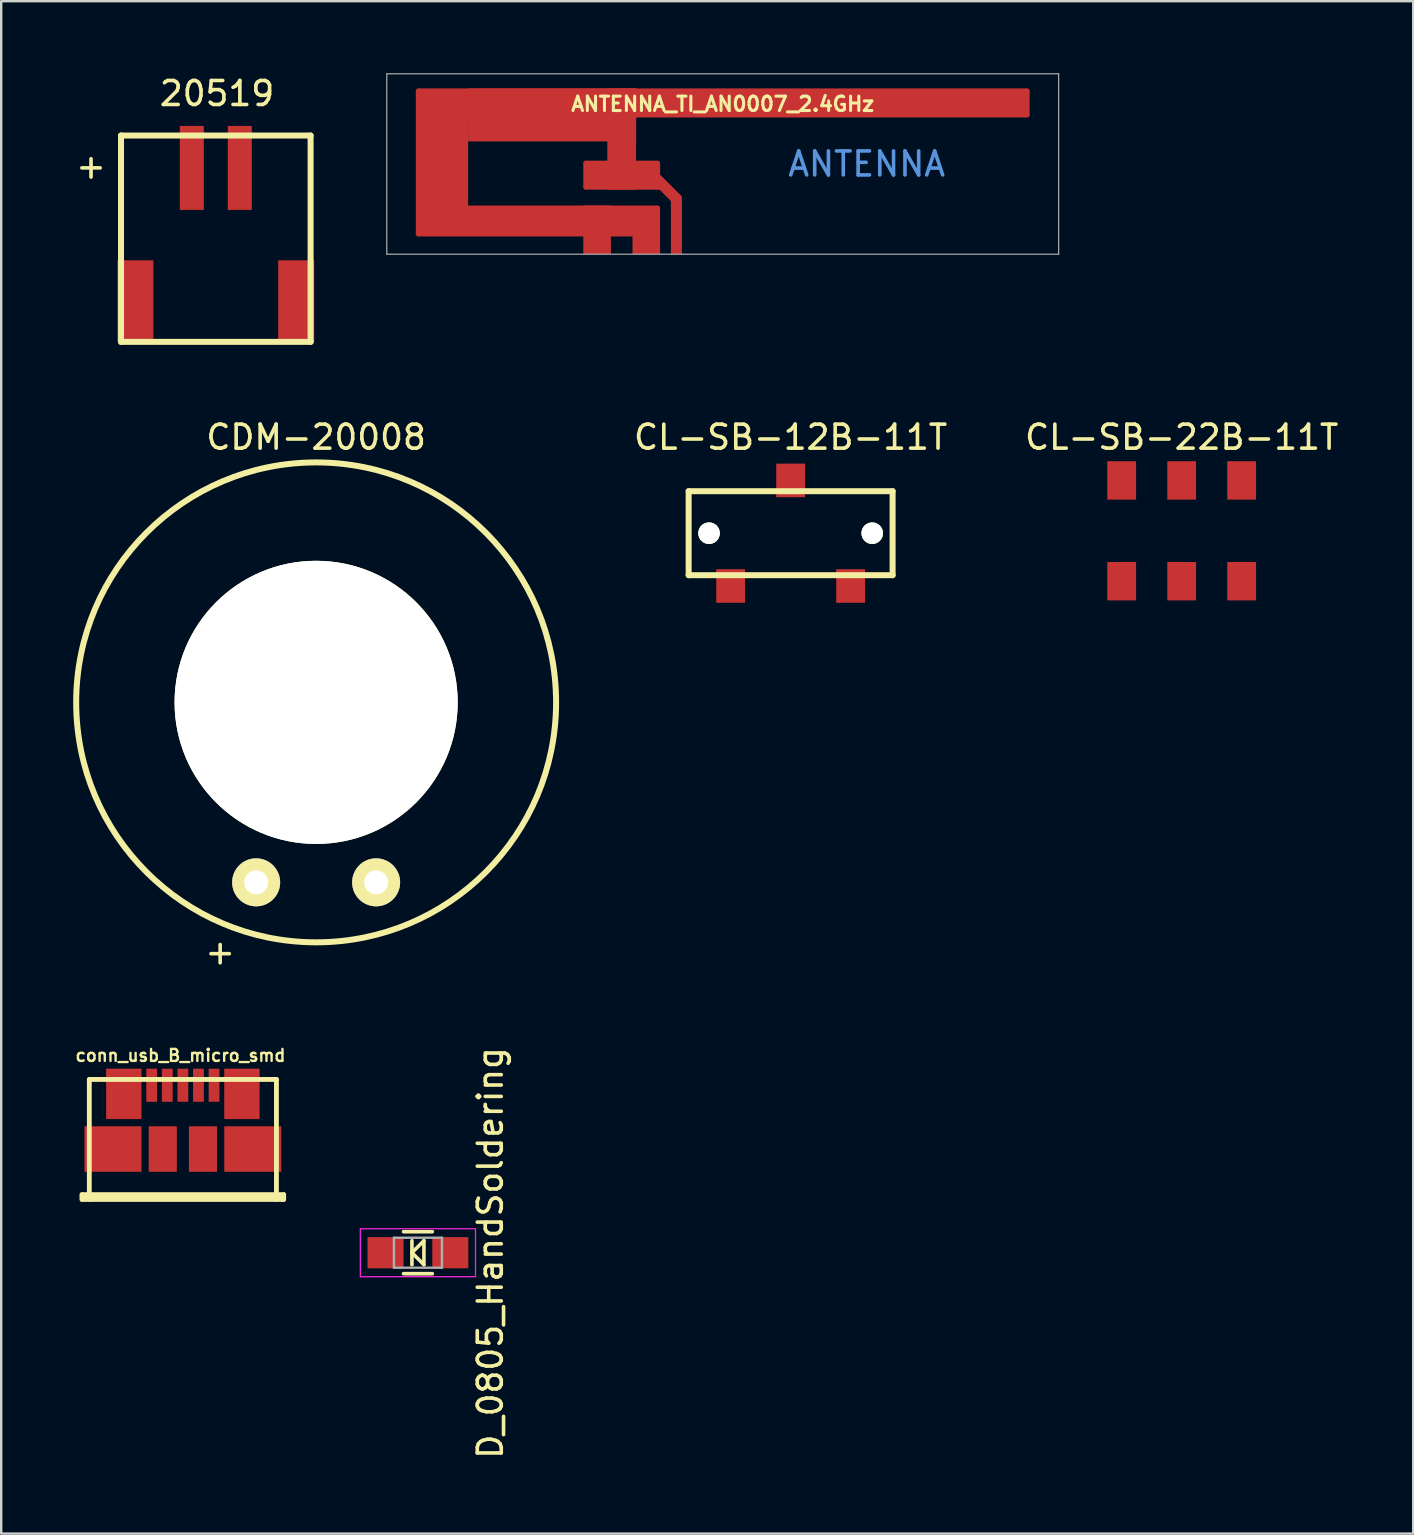
<source format=kicad_pcb>
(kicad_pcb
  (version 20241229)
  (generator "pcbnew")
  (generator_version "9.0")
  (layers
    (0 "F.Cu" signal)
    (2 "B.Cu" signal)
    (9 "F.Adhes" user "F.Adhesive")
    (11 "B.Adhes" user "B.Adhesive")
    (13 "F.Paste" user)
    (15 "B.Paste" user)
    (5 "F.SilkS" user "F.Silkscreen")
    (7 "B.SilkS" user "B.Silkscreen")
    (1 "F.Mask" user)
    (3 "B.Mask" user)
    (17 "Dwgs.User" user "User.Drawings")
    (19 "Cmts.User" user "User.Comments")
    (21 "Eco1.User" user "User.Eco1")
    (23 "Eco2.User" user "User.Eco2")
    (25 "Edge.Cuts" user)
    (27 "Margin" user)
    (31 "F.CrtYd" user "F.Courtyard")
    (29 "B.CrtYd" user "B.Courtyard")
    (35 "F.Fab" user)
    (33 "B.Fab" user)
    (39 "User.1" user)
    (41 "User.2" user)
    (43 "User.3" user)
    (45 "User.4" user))
  (footprint "D_0805_HandSoldering"
    (layer "F.Cu")
    (at 14.367 49.156)
    (property "Reference" "D_0805_HandSoldering" (at 3.018 0.01 90) (layer "F.SilkS") (effects (font (size 1 1) (thickness 0.15))))
    (attr smd)
    (fp_line (start -0.6 -0.875) (end 0.6 -0.875) (stroke (width 0.15) (type solid)) (layer "F.SilkS"))
    (fp_line (start -0.25 -0.5) (end -0.25 0.5) (stroke (width 0.15) (type solid)) (layer "F.SilkS"))
    (fp_line (start -0.25 0) (end 0.25 -0.5) (stroke (width 0.15) (type solid)) (layer "F.SilkS"))
    (fp_line (start 0.25 -0.5) (end 0.25 0.5) (stroke (width 0.15) (type solid)) (layer "F.SilkS"))
    (fp_line (start 0.25 0.5) (end -0.25 0) (stroke (width 0.15) (type solid)) (layer "F.SilkS"))
    (fp_line (start 0.6 0.875) (end -0.6 0.875) (stroke (width 0.15) (type solid)) (layer "F.SilkS"))
    (fp_line (start -2.4 -1) (end -2.4 1) (stroke (width 0.05) (type solid)) (layer "F.CrtYd"))
    (fp_line (start -2.4 -1) (end 2.4 -1) (stroke (width 0.05) (type solid)) (layer "F.CrtYd"))
    (fp_line (start -2.4 1) (end 2.4 1) (stroke (width 0.05) (type solid)) (layer "F.CrtYd"))
    (fp_line (start 2.4 -1) (end 2.4 1) (stroke (width 0.05) (type solid)) (layer "F.CrtYd"))
    (fp_line (start -1 -0.625) (end 1 -0.625) (stroke (width 0.1) (type solid)) (layer "F.Fab"))
    (fp_line (start -1 0.625) (end -1 -0.625) (stroke (width 0.1) (type solid)) (layer "F.Fab"))
    (fp_line (start 1 -0.625) (end 1 0.625) (stroke (width 0.1) (type solid)) (layer "F.Fab"))
    (fp_line (start 1 0.625) (end -1 0.625) (stroke (width 0.1) (type solid)) (layer "F.Fab"))
    (pad "1" smd rect (at -1.35 0) (size 1.5 1.3) (layers "F.Cu" "F.Mask" "F.Paste"))
    (pad "2" smd rect (at 1.35 0) (size 1.5 1.3) (layers "F.Cu" "F.Mask" "F.Paste")))
  (footprint "20519"
    (layer "F.Cu")
    (at 4.944 3.948)
    (property "Reference" "20519" (at 1.05 -3.1 0) (layer "F.SilkS") (effects (font (size 1 1) (thickness 0.15))))
    (attr through_hole)
    (fp_line (start -2.95 -1.35) (end 4.95 -1.35) (stroke (width 0.25) (type solid)) (layer "F.SilkS"))
    (fp_line (start -2.95 7.25) (end -2.95 -1.35) (stroke (width 0.25) (type solid)) (layer "F.SilkS"))
    (fp_line (start 4.95 -1.35) (end 4.95 7.25) (stroke (width 0.25) (type solid)) (layer "F.SilkS"))
    (fp_line (start 4.95 7.25) (end -2.95 7.25) (stroke (width 0.25) (type solid)) (layer "F.SilkS"))
    (fp_text user "+" (at -4.2 -0.075 0) (layer "F.SilkS") (effects (font (size 1 1) (thickness 0.15))))
    (pad "1" smd rect (at -2.35 5.55) (size 1.5 3.4) (layers "F.Cu" "F.Mask" "F.Paste"))
    (pad "1" smd rect (at 0 0) (size 1 3.5) (layers "F.Cu" "F.Mask" "F.Paste"))
    (pad "1" smd rect (at 4.35 5.55) (size 1.5 3.4) (layers "F.Cu" "F.Mask" "F.Paste"))
    (pad "2" smd rect (at 2 0) (size 1 3.5) (layers "F.Cu" "F.Mask" "F.Paste")))
  (footprint "CL-SB-22B-11T"
    (layer "F.Cu")
    (at 43.696 16.971)
    (property "Reference" "CL-SB-22B-11T" (at 2.5 -1.8 0) (layer "F.SilkS") (effects (font (size 1 1) (thickness 0.15))))
    (attr through_hole)
    (pad "1" smd rect (at 0 4.2) (size 1.2 1.6) (layers "F.Cu" "F.Mask" "F.Paste"))
    (pad "2" smd rect (at 2.5 4.2) (size 1.2 1.6) (layers "F.Cu" "F.Mask" "F.Paste"))
    (pad "3" smd rect (at 5 4.2) (size 1.2 1.6) (layers "F.Cu" "F.Mask" "F.Paste"))
    (pad "4" smd rect (at 0 0) (size 1.2 1.6) (layers "F.Cu" "F.Mask" "F.Paste"))
    (pad "5" smd rect (at 2.5 0) (size 1.2 1.6) (layers "F.Cu" "F.Mask" "F.Paste"))
    (pad "6" smd rect (at 5 0) (size 1.2 1.6) (layers "F.Cu" "F.Mask" "F.Paste")))
  (footprint "CL-SB-12B-11T"
    (layer "F.Cu")
    (at 29.899 16.971)
    (property "Reference" "CL-SB-12B-11T" (at 0 -1.8 0) (layer "F.SilkS") (effects (font (size 1 1) (thickness 0.15))))
    (attr through_hole)
    (fp_line (start -4.25 0.45) (end 4.25 0.45) (stroke (width 0.25) (type solid)) (layer "F.SilkS"))
    (fp_line (start -4.25 3.95) (end -4.25 0.45) (stroke (width 0.25) (type solid)) (layer "F.SilkS"))
    (fp_line (start 4.25 0.45) (end 4.25 3.95) (stroke (width 0.25) (type solid)) (layer "F.SilkS"))
    (fp_line (start 4.25 3.95) (end -4.25 3.95) (stroke (width 0.25) (type solid)) (layer "F.SilkS"))
    (pad "" np_thru_hole circle (at -3.4 2.2) (size 0.9 0.9) (drill 0.9) (layers "*.Cu" "*.Mask" "F.SilkS"))
    (pad "" np_thru_hole circle (at 3.4 2.2) (size 0.9 0.9) (drill 0.9) (layers "*.Cu" "*.Mask" "F.SilkS"))
    (pad "1" smd rect (at -2.5 4.4) (size 1.2 1.4) (layers "F.Cu" "F.Mask" "F.Paste"))
    (pad "2" smd rect (at 0 0) (size 1.2 1.4) (layers "F.Cu" "F.Mask" "F.Paste"))
    (pad "3" smd rect (at 2.5 4.4) (size 1.2 1.4) (layers "F.Cu" "F.Mask" "F.Paste")))
  (footprint "conn_usb_B_micro_smd"
    (layer "F.Cu")
    (at 4.571 44.836)
    (property "Reference" "conn_usb_B_micro_smd" (at -0.1 -3.9 0) (layer "F.SilkS") (effects (font (size 0.5 0.5) (thickness 0.099))))
    (attr through_hole)
    (fp_line (start -4.201 1.9) (end -4.201 2.101) (stroke (width 0.201) (type solid)) (layer "F.SilkS"))
    (fp_line (start -4.201 1.999) (end 4.201 1.999) (stroke (width 0.201) (type solid)) (layer "F.SilkS"))
    (fp_line (start -4.201 2.101) (end 4.201 2.101) (stroke (width 0.201) (type solid)) (layer "F.SilkS"))
    (fp_line (start -3.899 -2.901) (end 3.899 -2.901) (stroke (width 0.201) (type solid)) (layer "F.SilkS"))
    (fp_line (start -3.899 2.101) (end -3.899 -2.901) (stroke (width 0.201) (type solid)) (layer "F.SilkS"))
    (fp_line (start 3.899 -2.901) (end 3.899 2.101) (stroke (width 0.201) (type solid)) (layer "F.SilkS"))
    (fp_line (start 4.201 1.9) (end -4.201 1.9) (stroke (width 0.201) (type solid)) (layer "F.SilkS"))
    (fp_line (start 4.201 2.101) (end 4.201 1.9) (stroke (width 0.201) (type solid)) (layer "F.SilkS"))
    (pad "" smd rect (at -0.838 0) (size 1.173 1.897) (layers "F.Cu" "F.Mask" "F.Paste"))
    (pad "" smd rect (at 0.838 0) (size 1.173 1.897) (layers "F.Cu" "F.Mask" "F.Paste"))
    (pad "1" smd rect (at -1.3 -2.659) (size 0.45 1.379) (layers "F.Cu" "F.Mask" "F.Paste"))
    (pad "2" smd rect (at -0.65 -2.659) (size 0.45 1.379) (layers "F.Cu" "F.Mask" "F.Paste"))
    (pad "3" smd rect (at 0 -2.659) (size 0.45 1.379) (layers "F.Cu" "F.Mask" "F.Paste"))
    (pad "4" smd rect (at 0.65 -2.659) (size 0.45 1.379) (layers "F.Cu" "F.Mask" "F.Paste"))
    (pad "5" smd rect (at 1.3 -2.659) (size 0.45 1.379) (layers "F.Cu" "F.Mask" "F.Paste"))
    (pad "6" smd rect (at -2.913 0) (size 2.375 1.897) (layers "F.Cu" "F.Mask" "F.Paste"))
    (pad "6" smd rect (at -2.461 -2.299) (size 1.473 2.101) (layers "F.Cu" "F.Mask" "F.Paste"))
    (pad "6" smd rect (at 2.461 -2.299) (size 1.473 2.101) (layers "F.Cu" "F.Mask" "F.Paste"))
    (pad "6" smd rect (at 2.913 0) (size 2.375 1.897) (layers "F.Cu" "F.Mask" "F.Paste")))
  (footprint "ANTENNA_TI_AN0007_2.4GHz"
    (layer "F.Cu")
    (at 27.069 3.785)
    (property "Reference" "ANTENNA_TI_AN0007_2.4GHz" (at 0 -2.5 0) (layer "F.SilkS") (effects (font (size 0.6 0.6) (thickness 0.127))))
    (attr exclude_from_pos_files exclude_from_bom)
    (fp_line (start -14 -3.76) (end -14 3.76) (stroke (width 0.05) (type solid)) (layer "F.Fab"))
    (fp_line (start -14 3.76) (end 14 3.76) (stroke (width 0.05) (type solid)) (layer "F.Fab"))
    (fp_line (start 14 -3.76) (end -14 -3.76) (stroke (width 0.05) (type solid)) (layer "F.Fab"))
    (fp_line (start 14 -3.76) (end 14 3.76) (stroke (width 0.05) (type solid)) (layer "F.Fab"))
    (fp_text user "ANTENNA" (at 6 0 0) (layer "Cmts.User") (effects (font (size 1 1) (thickness 0.15))))
    (pad "1" connect circle (at -12.69 -3.05 45) (size 0.2 0.2) (layers "F.Cu" "F.Mask"))
    (pad "1" connect circle (at -12.69 2.92 45) (size 0.2 0.2) (layers "F.Cu" "F.Mask"))
    (pad "1" connect rect (at -7.11 -2.045) (size 7 2.21) (layers "F.Cu" "F.Mask"))
    (pad "1" connect circle (at -5.71 -0.04 45) (size 0.2 0.2) (layers "F.Cu" "F.Mask"))
    (pad "1" connect circle (at -5.71 0.97 45) (size 0.2 0.2) (layers "F.Cu" "F.Mask"))
    (pad "1" connect rect (at -4.21 -1.04) (size 1.2 4.22) (layers "F.Cu" "F.Mask"))
    (pad "1" connect rect (at -4.21 0.465) (size 3 1.21) (layers "F.Cu" "F.Mask"))
    (pad "1" connect rect (at -4.21 0.465) (size 3.2 1.01) (layers "F.Cu" "F.Mask"))
    (pad "1" connect circle (at -2.71 -0.04 45) (size 0.2 0.2) (layers "F.Cu" "F.Mask"))
    (pad "1" connect rect (at -2.71 0.97) (size 0.2 0.2) (layers "F.Cu" "F.Mask"))
    (pad "1" connect circle (at -2.71 1.83 45) (size 0.2 0.2) (layers "F.Cu" "F.Mask"))
    (pad "1" connect rect (at -2.332 1.046 45) (size 0.46 1.246) (layers "F.Cu" "F.Mask"))
    (pad "1" connect rect (at -1.93 2.577) (size 0.46 2.366) (layers "F.Cu" "F.Mask"))
    (pad "1" connect circle (at -1.8 1.394 45) (size 0.2 0.2) (layers "F.Cu" "F.Mask"))
    (pad "1" connect rect (at 0 -2.545) (size 25.38 1.21) (layers "F.Cu" "F.Mask"))
    (pad "1" connect rect (at 12 -2.545) (size 1.58 1.01) (layers "F.Cu" "F.Mask"))
    (pad "1" connect circle (at 12.69 -3.05 45) (size 0.2 0.2) (layers "F.Cu" "F.Mask"))
    (pad "1" connect circle (at 12.69 -2.04 45) (size 0.2 0.2) (layers "F.Cu" "F.Mask"))
    (pad "2" connect rect (at -11.7 -0.065) (size 2.18 5.97) (layers "F.Cu" "F.Mask"))
    (pad "2" connect rect (at -7.7 2.375) (size 9.98 1.29) (layers "F.Cu" "F.Mask"))
    (pad "2" connect rect (at -5.235 2.745) (size 1.15 2.03) (layers "F.Cu" "F.Mask"))
    (pad "2" connect rect (at -3.185 2.795) (size 1.15 1.93) (layers "F.Cu" "F.Mask")))
  (footprint "CDM-20008"
    (layer "F.Cu")
    (at 10.125 26.221)
    (property "Reference" "CDM-20008" (at 0 -11.05 0) (layer "F.SilkS") (effects (font (size 1 1) (thickness 0.15))))
    (attr through_hole)
    (fp_circle (center 0 0) (end 10 0) (stroke (width 0.25) (type solid)) (fill no) (layer "F.SilkS"))
    (fp_text user "+" (at -4 10.4 0) (layer "F.SilkS") (effects (font (size 1 1) (thickness 0.15))))
    (pad "" np_thru_hole circle (at 0 0) (size 11.8 11.8) (drill 11.8) (layers "*.Cu" "*.Mask" "F.SilkS"))
    (pad "1" thru_hole circle (at 2.5 7.5) (size 2 2) (drill 1) (layers "*.Cu" "*.Mask" "F.SilkS"))
    (pad "2" thru_hole circle (at -2.5 7.5) (size 2 2) (drill 1) (layers "*.Cu" "*.Mask" "F.SilkS")))
  (gr_rect
    (start -3 -3)
    (end 55.845 60.863)
    (stroke (width 0.1) (type default))
    (fill no)
    (layer "Edge.Cuts")))
</source>
